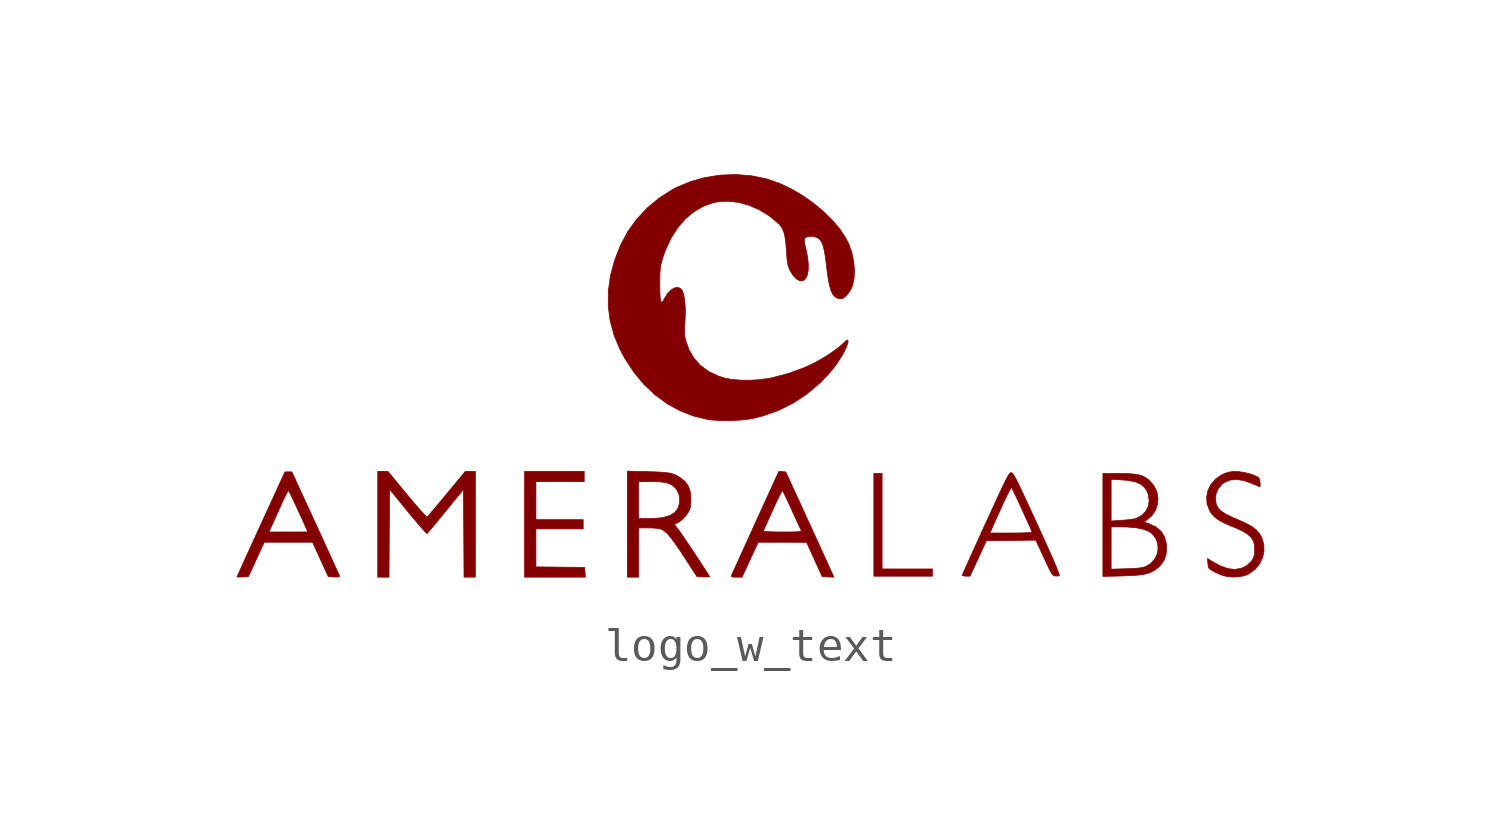
<source format=kicad_sym>
(kicad_symbol_lib
  (version 20211014)
  (generator kicad_symbol_editor)
  (symbol "logo_w_text"
    (pin_names
      (offset 1.016))
    (property "Reference" "#G"
      (at 0 5.37 0)
      (effects (font (size 1.27 1.27)) hide))
    (symbol "logo_w_text_0_0"
      (polyline (pts (xy 5.423 -5.76) (xy 3.922 -5.76) (xy 3.922 -2.911) (xy 3.677 -2.911) (xy 3.677 -5.975) (xy 5.423 -5.975) (xy 5.423 -5.76)) (stroke (width 0.01) (type default) (color 0 0 0 0)) (fill (type outline)))
      (polyline (pts (xy -4.939 -5.86) (xy -4.948 -5.714) (xy -6.404 -5.698) (xy -6.404 -4.565) (xy -4.994 -4.565) (xy -4.994 -4.29) (xy -6.404 -4.29) (xy -6.404 -3.156) (xy -4.964 -3.156) (xy -4.964 -2.849) (xy -6.741 -2.849) (xy -6.741 -6.005) (xy -4.93 -6.005) (xy -4.939 -5.86)) (stroke (width 0.01) (type default) (color 0 0 0 0)) (fill (type outline)))
      (polyline (pts (xy -10.778 -4.693) (xy -10.77 -3.381) (xy -10.224 -4.05) (xy -10.2 -4.08) (xy -10.059 -4.25) (xy -9.932 -4.401) (xy -9.822 -4.527) (xy -9.735 -4.624) (xy -9.677 -4.684) (xy -9.651 -4.703) (xy -9.65 -4.702) (xy -9.623 -4.673) (xy -9.562 -4.602) (xy -9.473 -4.497) (xy -9.362 -4.363) (xy -9.234 -4.207) (xy -9.094 -4.036) (xy -8.564 -3.386) (xy -8.556 -4.696) (xy -8.548 -6.005) (xy -8.211 -6.005) (xy -8.211 -2.849) (xy -8.51 -2.849) (xy -9.066 -3.522) (xy -9.092 -3.554) (xy -9.235 -3.726) (xy -9.365 -3.881) (xy -9.476 -4.013) (xy -9.564 -4.116) (xy -9.624 -4.185) (xy -9.65 -4.212) (xy -9.653 -4.212) (xy -9.689 -4.181) (xy -9.757 -4.11) (xy -9.852 -4.005) (xy -9.969 -3.871) (xy -10.103 -3.714) (xy -10.249 -3.539) (xy -10.82 -2.849) (xy -11.122 -2.849) (xy -11.122 -6.005) (xy -10.786 -6.005) (xy -10.778 -4.693)) (stroke (width 0.01) (type default) (color 0 0 0 0)) (fill (type outline)))
      (polyline (pts (xy -15.149 -5.999) (xy -14.979 -5.99) (xy -14.744 -5.477) (xy -14.508 -4.963) (xy -13.067 -4.963) (xy -12.832 -5.477) (xy -12.596 -5.99) (xy -12.426 -5.999) (xy -12.355 -6.001) (xy -12.284 -5.996) (xy -12.258 -5.984) (xy -12.264 -5.969) (xy -12.292 -5.904) (xy -12.342 -5.792) (xy -12.412 -5.638) (xy -12.498 -5.446) (xy -12.6 -5.223) (xy -12.715 -4.973) (xy -12.839 -4.701) (xy -12.972 -4.412) (xy -13.684 -2.865) (xy -13.89 -2.865) (xy -14.605 -4.424) (xy -14.697 -4.624) (xy -14.712 -4.657) (xy -14.368 -4.657) (xy -14.26 -4.42) (xy -14.258 -4.417) (xy -14.202 -4.294) (xy -14.131 -4.135) (xy -14.053 -3.962) (xy -13.977 -3.793) (xy -13.955 -3.743) (xy -13.893 -3.612) (xy -13.84 -3.509) (xy -13.801 -3.444) (xy -13.781 -3.426) (xy -13.767 -3.45) (xy -13.731 -3.522) (xy -13.678 -3.631) (xy -13.612 -3.769) (xy -13.539 -3.924) (xy -13.463 -4.088) (xy -13.389 -4.249) (xy -13.322 -4.399) (xy -13.265 -4.527) (xy -13.208 -4.657) (xy -14.368 -4.657) (xy -14.712 -4.657) (xy -14.824 -4.902) (xy -14.942 -5.16) (xy -15.048 -5.392) (xy -15.139 -5.594) (xy -15.215 -5.76) (xy -15.271 -5.886) (xy -15.307 -5.966) (xy -15.32 -5.995) (xy -15.304 -6) (xy -15.242 -6.002) (xy -15.149 -5.999)) (stroke (width 0.01) (type default) (color 0 0 0 0)) (fill (type outline)))
      (polyline (pts (xy 0.225 -4.963) (xy 0.948 -4.964) (xy 1.67 -4.965) (xy 1.903 -5.478) (xy 2.136 -5.99) (xy 2.309 -5.999) (xy 2.382 -6.002) (xy 2.454 -6.003) (xy 2.482 -5.999) (xy 2.476 -5.985) (xy 2.447 -5.92) (xy 2.396 -5.808) (xy 2.326 -5.654) (xy 2.239 -5.463) (xy 2.137 -5.24) (xy 2.023 -4.989) (xy 1.898 -4.717) (xy 1.766 -4.427) (xy 1.049 -2.865) (xy 0.843 -2.849) (xy 0.147 -4.374) (xy 0.073 -4.536) (xy 0.029 -4.634) (xy 0.376 -4.634) (xy 0.38 -4.627) (xy 0.404 -4.575) (xy 0.448 -4.478) (xy 0.507 -4.345) (xy 0.58 -4.185) (xy 0.66 -4.006) (xy 0.694 -3.93) (xy 0.772 -3.763) (xy 0.84 -3.621) (xy 0.896 -3.512) (xy 0.935 -3.443) (xy 0.953 -3.424) (xy 0.955 -3.425) (xy 0.977 -3.466) (xy 1.019 -3.553) (xy 1.078 -3.676) (xy 1.148 -3.828) (xy 1.227 -3.998) (xy 1.235 -4.018) (xy 1.314 -4.189) (xy 1.384 -4.343) (xy 1.443 -4.47) (xy 1.485 -4.56) (xy 1.506 -4.604) (xy 1.507 -4.605) (xy 1.512 -4.623) (xy 1.502 -4.637) (xy 1.468 -4.646) (xy 1.404 -4.652) (xy 1.301 -4.655) (xy 1.152 -4.657) (xy 0.949 -4.657) (xy 0.932 -4.657) (xy 0.753 -4.656) (xy 0.599 -4.652) (xy 0.479 -4.647) (xy 0.401 -4.641) (xy 0.376 -4.634) (xy 0.029 -4.634) (xy -0.054 -4.816) (xy -0.173 -5.077) (xy -0.28 -5.313) (xy -0.374 -5.521) (xy -0.453 -5.694) (xy -0.513 -5.827) (xy -0.552 -5.914) (xy -0.568 -5.952) (xy -0.574 -5.971) (xy -0.563 -5.993) (xy -0.517 -6.003) (xy -0.421 -6.005) (xy -0.254 -6.005) (xy 0.225 -4.963)) (stroke (width 0.01) (type default) (color 0 0 0 0)) (fill (type outline)))
      (polyline (pts (xy 11.099 -5.968) (xy 11.352 -5.958) (xy 11.562 -5.944) (xy 11.729 -5.921) (xy 11.865 -5.888) (xy 11.977 -5.842) (xy 12.077 -5.781) (xy 12.173 -5.703) (xy 12.242 -5.633) (xy 12.338 -5.493) (xy 12.392 -5.33) (xy 12.408 -5.129) (xy 12.401 -5.008) (xy 12.349 -4.806) (xy 12.246 -4.64) (xy 12.093 -4.508) (xy 11.89 -4.413) (xy 11.737 -4.361) (xy 11.855 -4.272) (xy 11.965 -4.175) (xy 12.07 -4.027) (xy 12.133 -3.846) (xy 12.153 -3.675) (xy 12.123 -3.471) (xy 12.036 -3.284) (xy 11.892 -3.117) (xy 11.883 -3.109) (xy 11.791 -3.039) (xy 11.689 -2.987) (xy 11.567 -2.95) (xy 11.415 -2.927) (xy 11.222 -2.914) (xy 10.979 -2.911) (xy 10.509 -2.911) (xy 10.509 -4.329) (xy 10.754 -4.329) (xy 10.754 -3.085) (xy 11.081 -3.104) (xy 11.257 -3.119) (xy 11.462 -3.159) (xy 11.62 -3.222) (xy 11.736 -3.312) (xy 11.819 -3.43) (xy 11.864 -3.543) (xy 11.889 -3.723) (xy 11.861 -3.893) (xy 11.784 -4.045) (xy 11.66 -4.168) (xy 11.495 -4.253) (xy 11.456 -4.263) (xy 11.353 -4.281) (xy 11.22 -4.296) (xy 11.074 -4.309) (xy 10.754 -4.329) (xy 10.509 -4.329) (xy 10.509 -5.767) (xy 10.754 -5.767) (xy 10.754 -4.504) (xy 11.053 -4.504) (xy 11.245 -4.509) (xy 11.505 -4.532) (xy 11.715 -4.575) (xy 11.871 -4.636) (xy 11.981 -4.715) (xy 12.083 -4.845) (xy 12.141 -4.996) (xy 12.155 -5.157) (xy 12.126 -5.317) (xy 12.054 -5.466) (xy 11.941 -5.593) (xy 11.788 -5.686) (xy 11.76 -5.697) (xy 11.676 -5.718) (xy 11.562 -5.734) (xy 11.41 -5.745) (xy 11.206 -5.754) (xy 10.754 -5.767) (xy 10.509 -5.767) (xy 10.509 -5.983) (xy 11.099 -5.968)) (stroke (width 0.01) (type default) (color 0 0 0 0)) (fill (type outline)))
      (polyline (pts (xy -3.34 -4.535) (xy -3.072 -4.535) (xy -3.033 -4.535) (xy -2.897 -4.54) (xy -2.777 -4.551) (xy -2.695 -4.565) (xy -2.628 -4.593) (xy -2.553 -4.644) (xy -2.469 -4.723) (xy -2.373 -4.836) (xy -2.26 -4.987) (xy -2.126 -5.181) (xy -1.967 -5.423) (xy -1.599 -5.99) (xy -1.413 -5.999) (xy -1.326 -6.001) (xy -1.253 -5.998) (xy -1.226 -5.991) (xy -1.226 -5.99) (xy -1.242 -5.958) (xy -1.288 -5.883) (xy -1.358 -5.774) (xy -1.446 -5.638) (xy -1.546 -5.484) (xy -1.655 -5.32) (xy -1.765 -5.154) (xy -1.872 -4.994) (xy -1.971 -4.848) (xy -2.056 -4.724) (xy -2.122 -4.631) (xy -2.163 -4.575) (xy -2.204 -4.524) (xy -2.25 -4.463) (xy -2.267 -4.434) (xy -2.267 -4.433) (xy -2.239 -4.412) (xy -2.176 -4.382) (xy -2.152 -4.37) (xy -2.05 -4.296) (xy -1.946 -4.189) (xy -1.859 -4.071) (xy -1.806 -3.96) (xy -1.79 -3.868) (xy -1.781 -3.742) (xy -1.782 -3.609) (xy -1.798 -3.465) (xy -1.854 -3.292) (xy -1.955 -3.151) (xy -2.107 -3.031) (xy -2.139 -3.011) (xy -2.221 -2.965) (xy -2.303 -2.93) (xy -2.396 -2.905) (xy -2.509 -2.886) (xy -2.652 -2.874) (xy -2.836 -2.865) (xy -3.072 -2.858) (xy -3.677 -2.842) (xy -3.677 -3.156) (xy -3.34 -3.156) (xy -2.956 -3.156) (xy -2.909 -3.156) (xy -2.712 -3.162) (xy -2.562 -3.178) (xy -2.447 -3.208) (xy -2.354 -3.253) (xy -2.272 -3.318) (xy -2.209 -3.388) (xy -2.137 -3.528) (xy -2.114 -3.698) (xy -2.12 -3.794) (xy -2.169 -3.955) (xy -2.268 -4.079) (xy -2.416 -4.169) (xy -2.614 -4.225) (xy -2.628 -4.227) (xy -2.762 -4.243) (xy -2.921 -4.255) (xy -3.074 -4.259) (xy -3.34 -4.259) (xy -3.34 -3.156) (xy -3.677 -3.156) (xy -3.677 -6.005) (xy -3.34 -6.005) (xy -3.34 -4.535)) (stroke (width 0.01) (type default) (color 0 0 0 0)) (fill (type outline)))
      (polyline (pts (xy 6.79 -5.446) (xy 7.034 -4.918) (xy 8.508 -4.901) (xy 8.752 -5.43) (xy 8.828 -5.595) (xy 8.896 -5.737) (xy 8.948 -5.837) (xy 8.987 -5.903) (xy 9.02 -5.942) (xy 9.05 -5.962) (xy 9.081 -5.969) (xy 9.148 -5.972) (xy 9.207 -5.964) (xy 9.21 -5.958) (xy 9.202 -5.918) (xy 9.175 -5.84) (xy 9.128 -5.72) (xy 9.059 -5.557) (xy 8.967 -5.348) (xy 8.852 -5.09) (xy 8.713 -4.782) (xy 8.548 -4.422) (xy 8.531 -4.384) (xy 8.38 -4.056) (xy 8.252 -3.778) (xy 8.145 -3.548) (xy 8.056 -3.36) (xy 7.984 -3.211) (xy 7.926 -3.096) (xy 7.88 -3.011) (xy 7.845 -2.952) (xy 7.817 -2.914) (xy 7.795 -2.894) (xy 7.777 -2.887) (xy 7.763 -2.888) (xy 7.745 -2.896) (xy 7.723 -2.918) (xy 7.696 -2.957) (xy 7.66 -3.018) (xy 7.615 -3.104) (xy 7.557 -3.22) (xy 7.485 -3.371) (xy 7.396 -3.56) (xy 7.289 -3.793) (xy 7.16 -4.072) (xy 7.009 -4.404) (xy 6.931 -4.573) (xy 6.879 -4.688) (xy 7.14 -4.688) (xy 7.218 -4.512) (xy 7.231 -4.481) (xy 7.362 -4.187) (xy 7.479 -3.931) (xy 7.578 -3.716) (xy 7.66 -3.546) (xy 7.723 -3.423) (xy 7.765 -3.35) (xy 7.784 -3.331) (xy 7.792 -3.345) (xy 7.824 -3.406) (xy 7.873 -3.509) (xy 7.936 -3.642) (xy 8.008 -3.796) (xy 8.084 -3.962) (xy 8.161 -4.129) (xy 8.233 -4.29) (xy 8.298 -4.433) (xy 8.349 -4.549) (xy 8.383 -4.63) (xy 8.395 -4.664) (xy 8.393 -4.666) (xy 8.35 -4.673) (xy 8.256 -4.679) (xy 8.122 -4.684) (xy 7.956 -4.687) (xy 7.768 -4.688) (xy 7.14 -4.688) (xy 6.879 -4.688) (xy 6.805 -4.85) (xy 6.688 -5.108) (xy 6.582 -5.34) (xy 6.491 -5.543) (xy 6.416 -5.711) (xy 6.359 -5.838) (xy 6.324 -5.92) (xy 6.311 -5.952) (xy 6.314 -5.956) (xy 6.354 -5.969) (xy 6.429 -5.975) (xy 6.545 -5.975) (xy 6.79 -5.446)) (stroke (width 0.01) (type default) (color 0 0 0 0)) (fill (type outline)))
      (polyline (pts (xy 14.579 -5.992) (xy 14.746 -5.957) (xy 14.88 -5.897) (xy 15.049 -5.772) (xy 15.18 -5.613) (xy 15.27 -5.428) (xy 15.314 -5.228) (xy 15.308 -5.023) (xy 15.247 -4.824) (xy 15.188 -4.718) (xy 15.092 -4.605) (xy 14.962 -4.502) (xy 14.789 -4.404) (xy 14.565 -4.303) (xy 14.36 -4.214) (xy 14.183 -4.128) (xy 14.054 -4.047) (xy 13.964 -3.966) (xy 13.908 -3.879) (xy 13.879 -3.78) (xy 13.871 -3.664) (xy 13.882 -3.535) (xy 13.94 -3.38) (xy 14.053 -3.242) (xy 14.125 -3.185) (xy 14.289 -3.112) (xy 14.481 -3.09) (xy 14.698 -3.12) (xy 14.936 -3.202) (xy 14.985 -3.223) (xy 15.087 -3.267) (xy 15.159 -3.298) (xy 15.189 -3.309) (xy 15.2 -3.285) (xy 15.2 -3.224) (xy 15.191 -3.147) (xy 15.177 -3.078) (xy 15.159 -3.039) (xy 15.12 -3.014) (xy 15.008 -2.962) (xy 14.863 -2.914) (xy 14.705 -2.878) (xy 14.554 -2.858) (xy 14.501 -2.855) (xy 14.372 -2.855) (xy 14.264 -2.872) (xy 14.15 -2.909) (xy 14.034 -2.962) (xy 13.86 -3.087) (xy 13.728 -3.244) (xy 13.641 -3.424) (xy 13.602 -3.618) (xy 13.617 -3.818) (xy 13.688 -4.015) (xy 13.74 -4.1) (xy 13.836 -4.208) (xy 13.964 -4.304) (xy 14.135 -4.396) (xy 14.357 -4.49) (xy 14.45 -4.527) (xy 14.661 -4.623) (xy 14.818 -4.718) (xy 14.929 -4.818) (xy 14.999 -4.93) (xy 15.033 -5.059) (xy 15.037 -5.212) (xy 15.035 -5.246) (xy 15.021 -5.362) (xy 14.993 -5.447) (xy 14.942 -5.526) (xy 14.94 -5.529) (xy 14.802 -5.66) (xy 14.635 -5.742) (xy 14.446 -5.773) (xy 14.242 -5.751) (xy 14.031 -5.676) (xy 13.925 -5.622) (xy 13.813 -5.562) (xy 13.732 -5.513) (xy 13.631 -5.445) (xy 13.64 -5.595) (xy 13.649 -5.68) (xy 13.669 -5.735) (xy 13.716 -5.778) (xy 13.803 -5.829) (xy 13.86 -5.859) (xy 13.984 -5.915) (xy 14.094 -5.957) (xy 14.197 -5.982) (xy 14.387 -6.001) (xy 14.579 -5.992)) (stroke (width 0.01) (type default) (color 0 0 0 0)) (fill (type outline)))
      (polyline (pts (xy -0.604 -1.334) (xy -0.337 -1.321) (xy -0.088 -1.296) (xy 0.123 -1.259) (xy 0.354 -1.2) (xy 0.826 -1.034) (xy 1.27 -0.813) (xy 1.683 -0.541) (xy 2.063 -0.217) (xy 2.066 -0.214) (xy 2.275 -0.003) (xy 2.448 0.195) (xy 2.598 0.398) (xy 2.741 0.624) (xy 2.745 0.632) (xy 2.815 0.762) (xy 2.868 0.882) (xy 2.901 0.981) (xy 2.909 1.048) (xy 2.889 1.072) (xy 2.885 1.072) (xy 2.843 1.045) (xy 2.786 0.991) (xy 2.76 0.965) (xy 2.639 0.859) (xy 2.48 0.739) (xy 2.296 0.614) (xy 2.099 0.494) (xy 1.905 0.387) (xy 1.62 0.253) (xy 1.128 0.071) (xy 0.613 -0.063) (xy 0.551 -0.075) (xy 0.277 -0.113) (xy -0.01 -0.131) (xy -0.293 -0.129) (xy -0.554 -0.107) (xy -0.776 -0.065) (xy -0.958 -0.008) (xy -1.245 0.127) (xy -1.488 0.304) (xy -1.686 0.522) (xy -1.837 0.779) (xy -1.942 1.075) (xy -1.945 1.087) (xy -1.963 1.184) (xy -1.971 1.293) (xy -1.969 1.43) (xy -1.958 1.611) (xy -1.948 1.806) (xy -1.949 2.041) (xy -1.965 2.25) (xy -1.995 2.421) (xy -2.037 2.543) (xy -2.093 2.61) (xy -2.177 2.64) (xy -2.274 2.622) (xy -2.376 2.561) (xy -2.475 2.459) (xy -2.562 2.321) (xy -2.6 2.249) (xy -2.632 2.201) (xy -2.654 2.195) (xy -2.677 2.224) (xy -2.69 2.272) (xy -2.701 2.382) (xy -2.708 2.545) (xy -2.709 2.758) (xy -2.708 2.915) (xy -2.704 3.068) (xy -2.695 3.188) (xy -2.68 3.29) (xy -2.657 3.389) (xy -2.625 3.502) (xy -2.535 3.76) (xy -2.372 4.109) (xy -2.175 4.416) (xy -1.949 4.679) (xy -1.695 4.893) (xy -1.418 5.055) (xy -1.119 5.162) (xy -0.98 5.191) (xy -0.675 5.209) (xy -0.36 5.174) (xy -0.044 5.087) (xy 0.265 4.951) (xy 0.561 4.768) (xy 0.834 4.541) (xy 0.884 4.488) (xy 0.945 4.398) (xy 0.992 4.287) (xy 1.026 4.146) (xy 1.05 3.963) (xy 1.069 3.73) (xy 1.072 3.678) (xy 1.084 3.514) (xy 1.098 3.393) (xy 1.117 3.3) (xy 1.142 3.221) (xy 1.178 3.142) (xy 1.18 3.136) (xy 1.265 2.999) (xy 1.36 2.897) (xy 1.457 2.839) (xy 1.546 2.831) (xy 1.558 2.835) (xy 1.635 2.892) (xy 1.689 2.998) (xy 1.718 3.146) (xy 1.722 3.329) (xy 1.7 3.541) (xy 1.652 3.773) (xy 1.632 3.854) (xy 1.607 3.976) (xy 1.601 4.054) (xy 1.613 4.1) (xy 1.62 4.109) (xy 1.686 4.146) (xy 1.784 4.161) (xy 1.891 4.154) (xy 1.987 4.123) (xy 2.033 4.094) (xy 2.089 4.038) (xy 2.134 3.958) (xy 2.172 3.846) (xy 2.206 3.696) (xy 2.236 3.499) (xy 2.267 3.248) (xy 2.275 3.177) (xy 2.311 2.913) (xy 2.351 2.704) (xy 2.398 2.544) (xy 2.454 2.428) (xy 2.522 2.353) (xy 2.604 2.311) (xy 2.703 2.298) (xy 2.753 2.312) (xy 2.834 2.371) (xy 2.917 2.464) (xy 2.99 2.576) (xy 3.042 2.694) (xy 3.086 2.903) (xy 3.097 3.154) (xy 3.073 3.422) (xy 3.016 3.689) (xy 2.926 3.94) (xy 2.843 4.104) (xy 2.663 4.378) (xy 2.434 4.648) (xy 2.166 4.91) (xy 1.867 5.157) (xy 1.544 5.383) (xy 1.206 5.58) (xy 0.862 5.742) (xy 0.517 5.863) (xy 0.454 5.881) (xy 0.008 5.971) (xy -0.449 6.006) (xy -0.91 5.987) (xy -1.363 5.916) (xy -1.8 5.793) (xy -2.212 5.62) (xy -2.337 5.553) (xy -2.728 5.304) (xy -3.082 5.01) (xy -3.394 4.677) (xy -3.66 4.31) (xy -3.874 3.912) (xy -4.057 3.447) (xy -4.181 2.985) (xy -4.244 2.529) (xy -4.247 2.08) (xy -4.189 1.639) (xy -4.071 1.205) (xy -3.892 0.781) (xy -3.75 0.517) (xy -3.482 0.109) (xy -3.181 -0.254) (xy -2.849 -0.568) (xy -2.488 -0.832) (xy -2.101 -1.044) (xy -1.691 -1.202) (xy -1.261 -1.303) (xy -1.11 -1.321) (xy -0.869 -1.334) (xy -0.604 -1.334)) (stroke (width 0.01) (type default) (color 0 0 0 0)) (fill (type outline))))))
</source>
